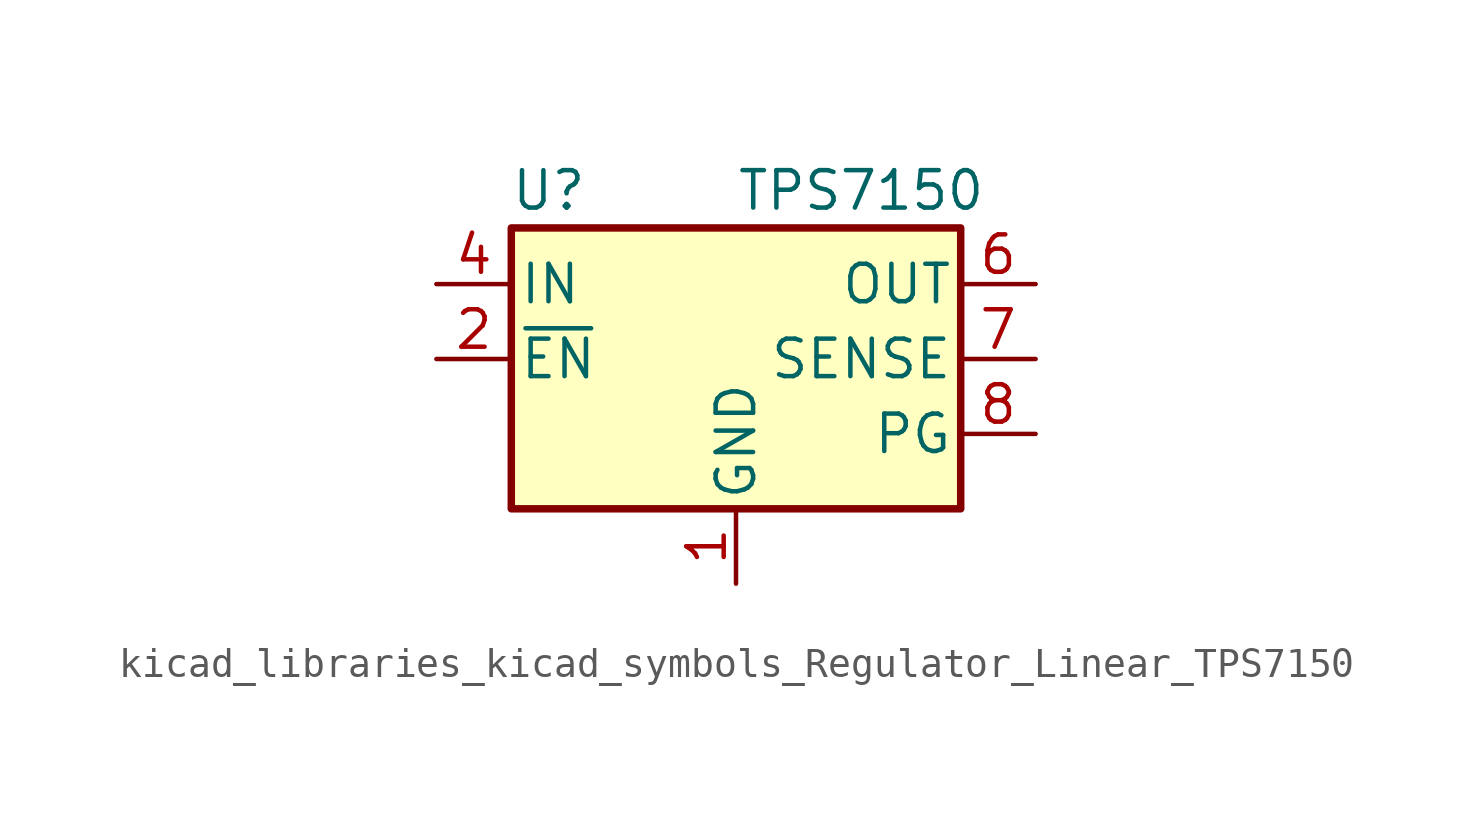
<source format=kicad_sym>
(kicad_symbol_lib
  (version 20220914)
  (generator kicad_symbol_editor)
  (symbol "kicad_libraries_kicad_symbols_Regulator_Linear_TPS7150"
    (pin_names
      (offset 0.254))
    (property "Reference" "U"
      (at -6.35 8.255 0)
      (effects (font (size 1.27 1.27))))
    (property "Value" "TPS7150"
      (at 0 8.255 0)
      (effects (font (size 1.27 1.27)) (justify left)))
    (symbol "kicad_libraries_kicad_symbols_Regulator_Linear_TPS7150_0_1"
      (rectangle (start -7.62 6.985) (end 7.62 -2.54) (stroke (width 0.254) (type default)) (fill (type background))))
    (symbol "kicad_libraries_kicad_symbols_Regulator_Linear_TPS7150_1_1"
      (pin power_in line (at 0 -5.08 90) (length 2.54) (name "GND" (effects (font (size 1.27 1.27)))) (number "1" (effects (font (size 1.27 1.27)))))
      (pin input line (at -10.16 2.54 0) (length 2.54) (name "~{EN}" (effects (font (size 1.27 1.27)))) (number "2" (effects (font (size 1.27 1.27)))))
      (pin passive line (at -10.16 5.08 0) (length 2.54) hide (name "IN" (effects (font (size 1.27 1.27)))) (number "3" (effects (font (size 1.27 1.27)))))
      (pin power_in line (at -10.16 5.08 0) (length 2.54) (name "IN" (effects (font (size 1.27 1.27)))) (number "4" (effects (font (size 1.27 1.27)))))
      (pin passive line (at 10.16 5.08 180) (length 2.54) hide (name "OUT" (effects (font (size 1.27 1.27)))) (number "5" (effects (font (size 1.27 1.27)))))
      (pin power_out line (at 10.16 5.08 180) (length 2.54) (name "OUT" (effects (font (size 1.27 1.27)))) (number "6" (effects (font (size 1.27 1.27)))))
      (pin input line (at 10.16 2.54 180) (length 2.54) (name "SENSE" (effects (font (size 1.27 1.27)))) (number "7" (effects (font (size 1.27 1.27)))))
      (pin output line (at 10.16 0 180) (length 2.54) (name "PG" (effects (font (size 1.27 1.27)))) (number "8" (effects (font (size 1.27 1.27))))))))
</source>
